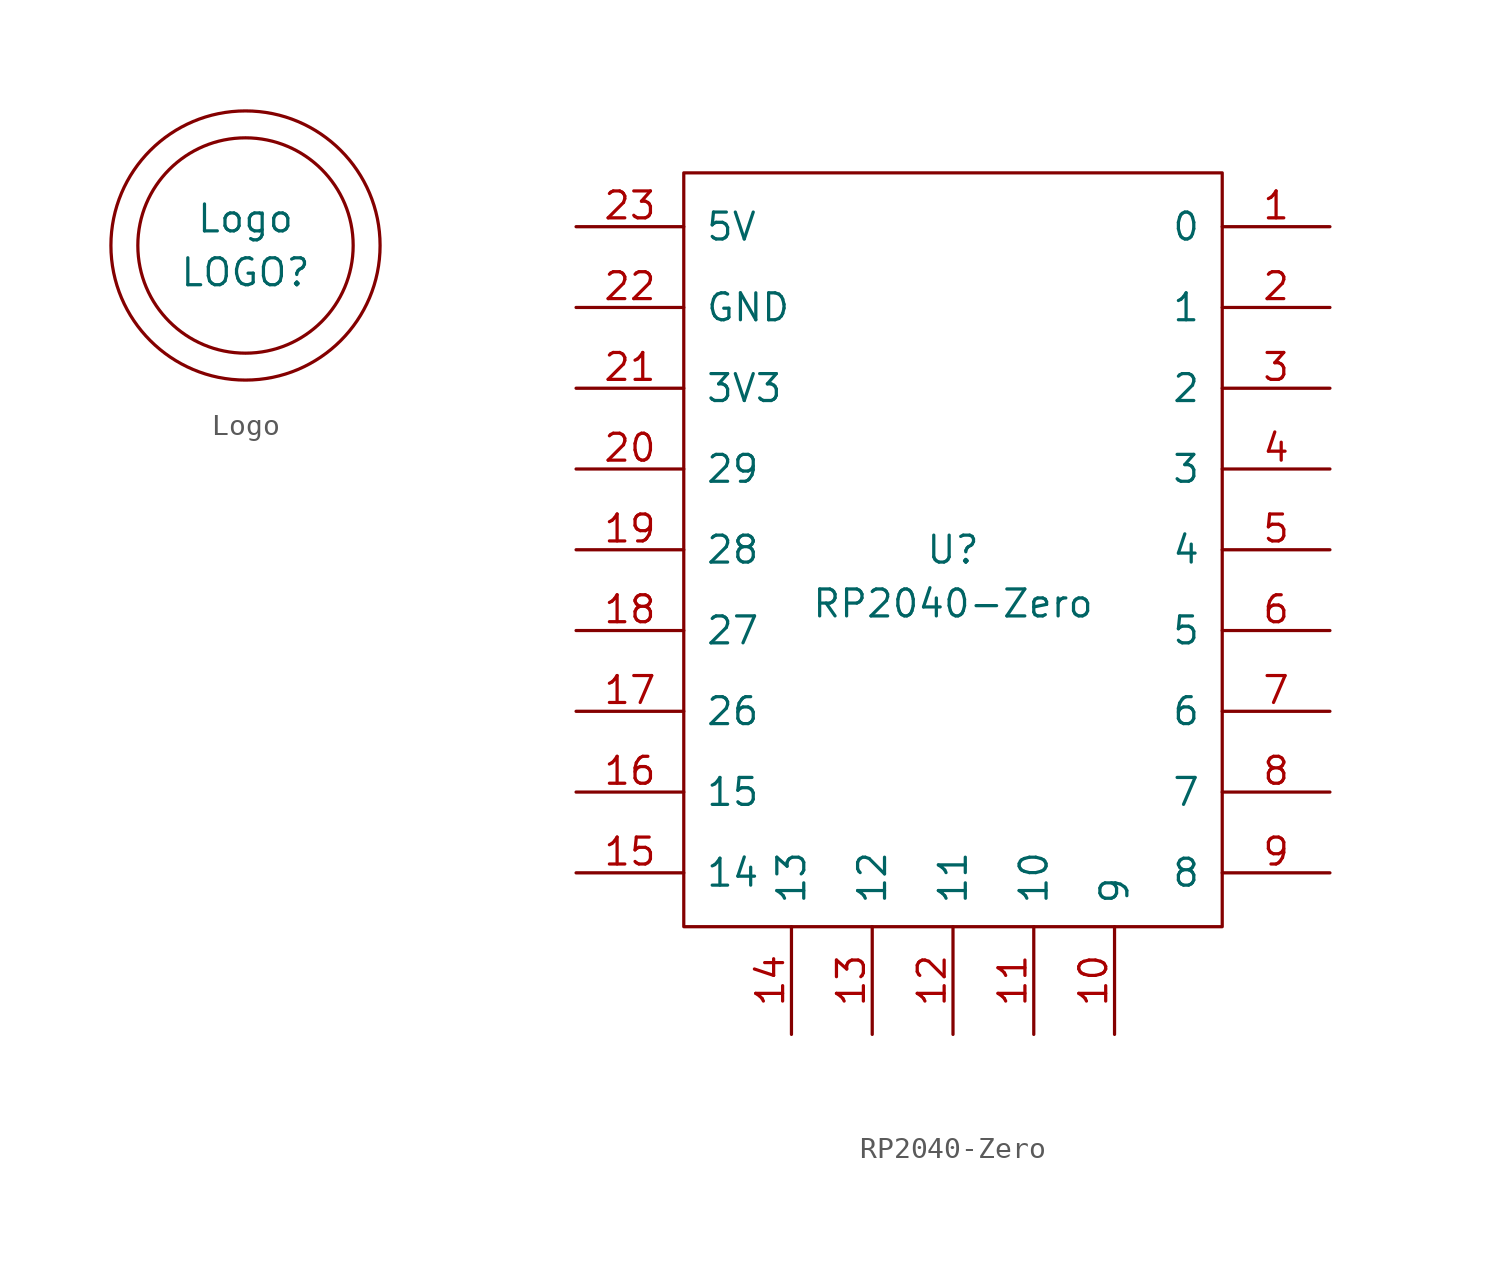
<source format=kicad_sym>
(kicad_symbol_lib
  (version 20231120)
  (generator "kicad_symbol_editor")
  (generator_version "8.0")
  (symbol "Logo"
    (pin_names
      (offset 1.016))
    (property "Reference" "LOGO"
      (at 0 -1.27 0)
      (effects (font (size 1.27 1.27))))
    (property "Value" "Logo"
      (at 0 1.27 0)
      (effects (font (size 1.27 1.27))))
    (symbol "Logo_0_1"
      (circle (center 0 0) (radius 5.08) (stroke (width 0) (type default)) (fill (type none)))
      (circle (center 0 0) (radius 6.35) (stroke (width 0) (type default)) (fill (type none)))))
  (symbol "RP2040-Zero"
    (pin_names
      (offset 1))
    (property "Reference" "U"
      (at 0 0 0)
      (effects (font (size 1.27 1.27))))
    (property "Value" "RP2040-Zero"
      (at 0 -2.54 0)
      (effects (font (size 1.27 1.27))))
    (symbol "RP2040-Zero_0_1"
      (rectangle (start -12.7 17.78) (end 12.7 -17.78) (stroke (width 0.152) (type default)) (fill (type none))))
    (symbol "RP2040-Zero_1_1"
      (pin input line (at 17.78 15.24 180) (length 5.08) (name "0" (effects (font (size 1.27 1.27)))) (number "1" (effects (font (size 1.27 1.27)))))
      (pin input line (at 7.62 -22.86 90) (length 5.08) (name "9" (effects (font (size 1.27 1.27)))) (number "10" (effects (font (size 1.27 1.27)))))
      (pin input line (at 3.81 -22.86 90) (length 5.08) (name "10" (effects (font (size 1.27 1.27)))) (number "11" (effects (font (size 1.27 1.27)))))
      (pin input line (at 0 -22.86 90) (length 5.08) (name "11" (effects (font (size 1.27 1.27)))) (number "12" (effects (font (size 1.27 1.27)))))
      (pin input line (at -3.81 -22.86 90) (length 5.08) (name "12" (effects (font (size 1.27 1.27)))) (number "13" (effects (font (size 1.27 1.27)))))
      (pin input line (at -7.62 -22.86 90) (length 5.08) (name "13" (effects (font (size 1.27 1.27)))) (number "14" (effects (font (size 1.27 1.27)))))
      (pin input line (at -17.78 -15.24 0) (length 5.08) (name "14" (effects (font (size 1.27 1.27)))) (number "15" (effects (font (size 1.27 1.27)))))
      (pin input line (at -17.78 -11.43 0) (length 5.08) (name "15" (effects (font (size 1.27 1.27)))) (number "16" (effects (font (size 1.27 1.27)))))
      (pin input line (at -17.78 -7.62 0) (length 5.08) (name "26" (effects (font (size 1.27 1.27)))) (number "17" (effects (font (size 1.27 1.27)))))
      (pin input line (at -17.78 -3.81 0) (length 5.08) (name "27" (effects (font (size 1.27 1.27)))) (number "18" (effects (font (size 1.27 1.27)))))
      (pin input line (at -17.78 0 0) (length 5.08) (name "28" (effects (font (size 1.27 1.27)))) (number "19" (effects (font (size 1.27 1.27)))))
      (pin input line (at 17.78 11.43 180) (length 5.08) (name "1" (effects (font (size 1.27 1.27)))) (number "2" (effects (font (size 1.27 1.27)))))
      (pin input line (at -17.78 3.81 0) (length 5.08) (name "29" (effects (font (size 1.27 1.27)))) (number "20" (effects (font (size 1.27 1.27)))))
      (pin input line (at -17.78 7.62 0) (length 5.08) (name "3V3" (effects (font (size 1.27 1.27)))) (number "21" (effects (font (size 1.27 1.27)))))
      (pin input line (at -17.78 11.43 0) (length 5.08) (name "GND" (effects (font (size 1.27 1.27)))) (number "22" (effects (font (size 1.27 1.27)))))
      (pin input line (at -17.78 15.24 0) (length 5.08) (name "5V" (effects (font (size 1.27 1.27)))) (number "23" (effects (font (size 1.27 1.27)))))
      (pin input line (at 17.78 7.62 180) (length 5.08) (name "2" (effects (font (size 1.27 1.27)))) (number "3" (effects (font (size 1.27 1.27)))))
      (pin input line (at 17.78 3.81 180) (length 5.08) (name "3" (effects (font (size 1.27 1.27)))) (number "4" (effects (font (size 1.27 1.27)))))
      (pin input line (at 17.78 0 180) (length 5.08) (name "4" (effects (font (size 1.27 1.27)))) (number "5" (effects (font (size 1.27 1.27)))))
      (pin input line (at 17.78 -3.81 180) (length 5.08) (name "5" (effects (font (size 1.27 1.27)))) (number "6" (effects (font (size 1.27 1.27)))))
      (pin input line (at 17.78 -7.62 180) (length 5.08) (name "6" (effects (font (size 1.27 1.27)))) (number "7" (effects (font (size 1.27 1.27)))))
      (pin input line (at 17.78 -11.43 180) (length 5.08) (name "7" (effects (font (size 1.27 1.27)))) (number "8" (effects (font (size 1.27 1.27)))))
      (pin input line (at 17.78 -15.24 180) (length 5.08) (name "8" (effects (font (size 1.27 1.27)))) (number "9" (effects (font (size 1.27 1.27))))))))
</source>
